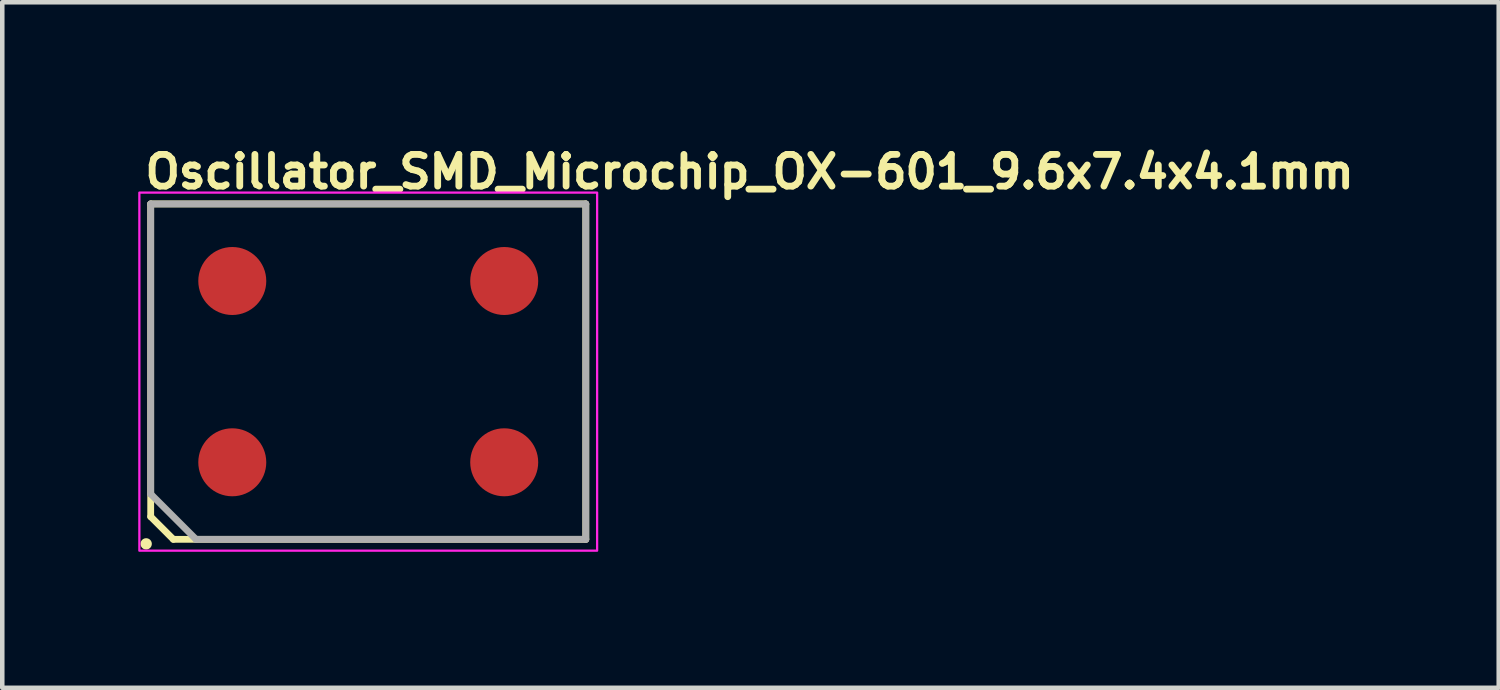
<source format=kicad_pcb>
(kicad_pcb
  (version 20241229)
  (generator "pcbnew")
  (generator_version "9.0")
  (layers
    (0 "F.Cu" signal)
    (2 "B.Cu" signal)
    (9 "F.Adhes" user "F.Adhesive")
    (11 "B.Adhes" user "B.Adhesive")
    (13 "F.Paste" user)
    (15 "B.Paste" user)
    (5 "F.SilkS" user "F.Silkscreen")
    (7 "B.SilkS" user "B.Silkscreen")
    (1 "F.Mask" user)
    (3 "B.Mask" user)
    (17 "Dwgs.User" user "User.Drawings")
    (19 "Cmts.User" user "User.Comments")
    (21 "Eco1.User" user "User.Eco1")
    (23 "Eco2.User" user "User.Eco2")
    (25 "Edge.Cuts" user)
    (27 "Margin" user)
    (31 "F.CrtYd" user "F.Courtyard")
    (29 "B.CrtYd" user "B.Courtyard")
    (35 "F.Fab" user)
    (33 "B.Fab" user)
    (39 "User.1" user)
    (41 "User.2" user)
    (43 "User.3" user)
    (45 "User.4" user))
  (footprint "Oscillator_SMD_Microchip_OX-601_9.6x7.4x4.1mm"
    (layer "F.Cu")
    (at 5.075 5.15)
    (property "Reference" "Oscillator_SMD_Microchip_OX-601_9.6x7.4x4.1mm" (at -5 -4 0) (layer "F.SilkS") (effects (font (size 0.7 0.7) (thickness 0.15)) (justify left bottom)))
    (attr smd)
    (fp_line (start -4.8 -3.7) (end 4.8 -3.7) (stroke (width 0.15) (type solid)) (layer "F.SilkS"))
    (fp_line (start -4.8 3.2) (end -4.8 -3.7) (stroke (width 0.15) (type solid)) (layer "F.SilkS"))
    (fp_line (start -4.3 3.7) (end -4.8 3.2) (stroke (width 0.15) (type solid)) (layer "F.SilkS"))
    (fp_line (start 4.8 -3.7) (end 4.8 3.7) (stroke (width 0.15) (type solid)) (layer "F.SilkS"))
    (fp_line (start 4.8 3.7) (end -4.3 3.7) (stroke (width 0.15) (type solid)) (layer "F.SilkS"))
    (fp_circle (center -4.9 3.8) (end -4.85 3.8) (stroke (width 0.15) (type solid)) (fill yes) (layer "F.SilkS"))
    (fp_rect (start -5.05 -3.95) (end 5.05 3.95) (stroke (width 0.05) (type solid)) (fill no) (layer "F.CrtYd"))
    (fp_line (start -4.8 -3.7) (end -4.8 2.7) (stroke (width 0.15) (type solid)) (layer "F.Fab"))
    (fp_line (start -4.8 2.7) (end -3.8 3.7) (stroke (width 0.15) (type solid)) (layer "F.Fab"))
    (fp_line (start -3.8 3.7) (end 4.8 3.7) (stroke (width 0.15) (type solid)) (layer "F.Fab"))
    (fp_line (start 4.8 -3.7) (end -4.8 -3.7) (stroke (width 0.15) (type solid)) (layer "F.Fab"))
    (fp_line (start 4.8 3.7) (end 4.8 -3.7) (stroke (width 0.15) (type solid)) (layer "F.Fab"))
    (fp_rect (start -4.8 -3.7) (end 4.8 3.7) (stroke (width 0.1) (type solid)) (fill no) (layer "User.5"))
    (fp_line (start -4.8 -3.7) (end 4.8 -3.7) (stroke (width 0.02) (type solid)) (layer "User.9"))
    (fp_line (start -4.8 3.7) (end -4.8 -3.7) (stroke (width 0.02) (type solid)) (layer "User.9"))
    (fp_line (start 4.8 -3.7) (end 4.8 3.7) (stroke (width 0.02) (type solid)) (layer "User.9"))
    (fp_line (start 4.8 3.7) (end -4.8 3.7) (stroke (width 0.02) (type solid)) (layer "User.9"))
    (pad "1" smd circle (at -3 2 90) (size 1.5 1.5) (layers "F.Cu" "F.Mask" "F.Paste"))
    (pad "2" smd circle (at 3 2 90) (size 1.5 1.5) (layers "F.Cu" "F.Mask" "F.Paste"))
    (pad "3" smd circle (at 3 -2 90) (size 1.5 1.5) (layers "F.Cu" "F.Mask" "F.Paste"))
    (pad "4" smd circle (at -3 -2 90) (size 1.5 1.5) (layers "F.Cu" "F.Mask" "F.Paste")))
  (gr_rect
    (start -3 -3)
    (end 30.018 12.125)
    (stroke (width 0.1) (type default))
    (fill no)
    (layer "Edge.Cuts")))
</source>
